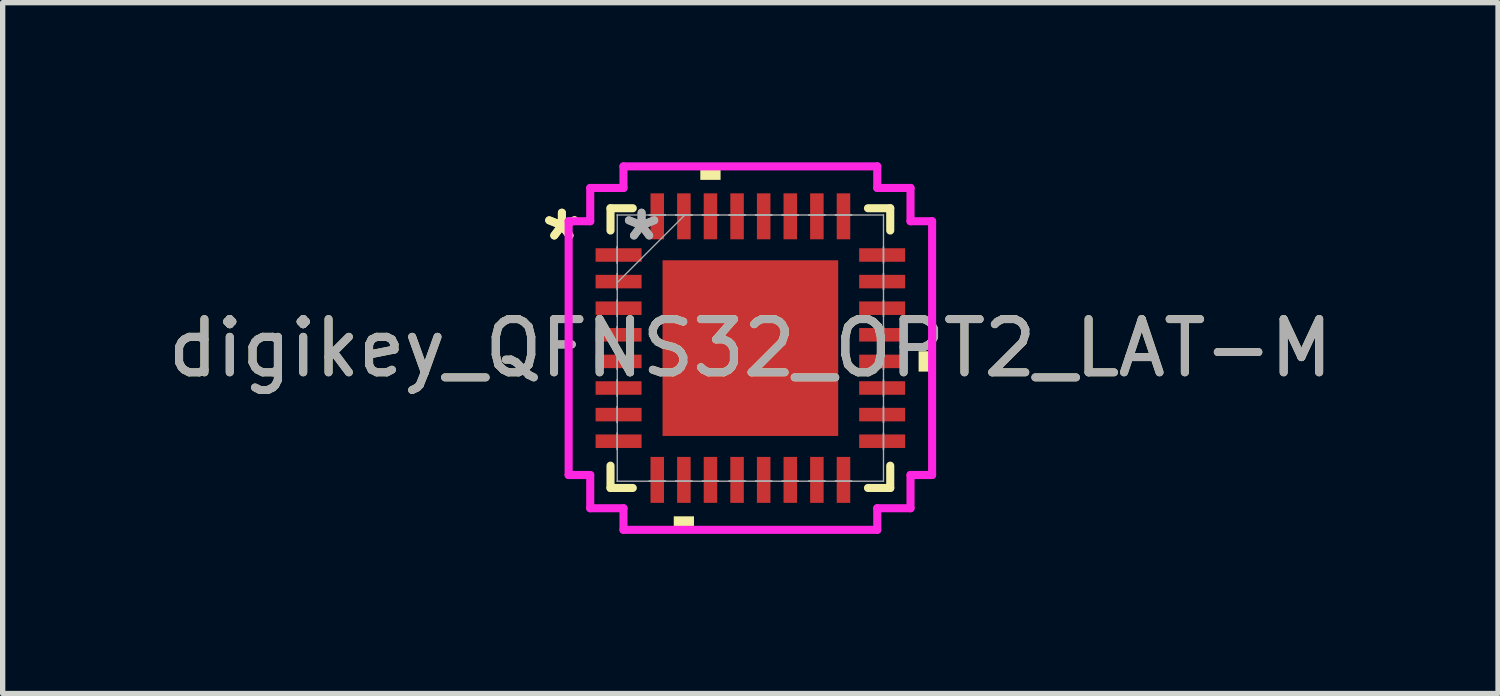
<source format=kicad_pcb>
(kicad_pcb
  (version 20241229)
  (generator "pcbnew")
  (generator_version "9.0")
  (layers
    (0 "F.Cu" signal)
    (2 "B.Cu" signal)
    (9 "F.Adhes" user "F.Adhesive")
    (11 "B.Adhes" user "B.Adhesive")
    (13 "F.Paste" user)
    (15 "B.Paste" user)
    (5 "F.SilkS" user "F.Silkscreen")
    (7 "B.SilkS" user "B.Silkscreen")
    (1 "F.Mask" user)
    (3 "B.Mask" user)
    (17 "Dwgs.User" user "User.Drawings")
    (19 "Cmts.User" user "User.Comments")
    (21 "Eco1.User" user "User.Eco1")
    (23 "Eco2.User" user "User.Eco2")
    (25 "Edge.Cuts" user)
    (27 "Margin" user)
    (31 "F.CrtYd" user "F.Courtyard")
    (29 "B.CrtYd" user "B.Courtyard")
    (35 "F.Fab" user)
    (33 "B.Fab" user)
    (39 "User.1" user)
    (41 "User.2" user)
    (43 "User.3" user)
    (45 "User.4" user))
  (footprint "digikey_QFNS32_OPT2_LAT-M"
    (layer "F.Cu")
    (at 11.054 3.493)
    (property "Reference" "digikey_QFNS32_OPT2_LAT-M" (at 0 0 0) (unlocked yes) (layer "F.SilkS") (effects (font (size 1 1) (thickness 0.15))))
    (attr smd)
    (fp_line (start -2.629 -2.629) (end -2.629 -2.21) (stroke (width 0.152) (type solid)) (layer "F.SilkS"))
    (fp_line (start -2.629 2.21) (end -2.629 2.629) (stroke (width 0.152) (type solid)) (layer "F.SilkS"))
    (fp_line (start -2.629 2.629) (end -2.21 2.629) (stroke (width 0.152) (type solid)) (layer "F.SilkS"))
    (fp_line (start -2.21 -2.629) (end -2.629 -2.629) (stroke (width 0.152) (type solid)) (layer "F.SilkS"))
    (fp_line (start 2.21 2.629) (end 2.629 2.629) (stroke (width 0.152) (type solid)) (layer "F.SilkS"))
    (fp_line (start 2.629 -2.629) (end 2.21 -2.629) (stroke (width 0.152) (type solid)) (layer "F.SilkS"))
    (fp_line (start 2.629 -2.21) (end 2.629 -2.629) (stroke (width 0.152) (type solid)) (layer "F.SilkS"))
    (fp_line (start 2.629 2.629) (end 2.629 2.21) (stroke (width 0.152) (type solid)) (layer "F.SilkS"))
    (fp_poly (pts (xy -1.44 3.162) (xy -1.44 3.416) (xy -1.06 3.416) (xy -1.06 3.162)) (stroke (width 0) (type solid)) (fill yes) (layer "F.SilkS"))
    (fp_poly (pts (xy -0.941 -3.162) (xy -0.941 -3.416) (xy -0.56 -3.416) (xy -0.56 -3.162)) (stroke (width 0) (type solid)) (fill yes) (layer "F.SilkS"))
    (fp_poly (pts (xy 3.416 0.059) (xy 3.416 0.441) (xy 3.162 0.441) (xy 3.162 0.059)) (stroke (width 0) (type solid)) (fill yes) (layer "F.SilkS"))
    (fp_poly (pts (xy -1.551 -1.551) (xy -1.551 -0.1) (xy -0.1 -0.1) (xy -0.1 -1.551)) (stroke (width 0) (type solid)) (fill yes) (layer "F.Paste"))
    (fp_poly (pts (xy -1.551 0.1) (xy -1.551 1.551) (xy -0.1 1.551) (xy -0.1 0.1)) (stroke (width 0) (type solid)) (fill yes) (layer "F.Paste"))
    (fp_poly (pts (xy 0.1 -1.551) (xy 0.1 -0.1) (xy 1.551 -0.1) (xy 1.551 -1.551)) (stroke (width 0) (type solid)) (fill yes) (layer "F.Paste"))
    (fp_poly (pts (xy 0.1 0.1) (xy 0.1 1.551) (xy 1.551 1.551) (xy 1.551 0.1)) (stroke (width 0) (type solid)) (fill yes) (layer "F.Paste"))
    (fp_line (start -3.416 -2.385) (end -3.01 -2.385) (stroke (width 0.152) (type solid)) (layer "F.CrtYd"))
    (fp_line (start -3.416 2.385) (end -3.416 -2.385) (stroke (width 0.152) (type solid)) (layer "F.CrtYd"))
    (fp_line (start -3.01 -3.01) (end -2.385 -3.01) (stroke (width 0.152) (type solid)) (layer "F.CrtYd"))
    (fp_line (start -3.01 -2.385) (end -3.01 -3.01) (stroke (width 0.152) (type solid)) (layer "F.CrtYd"))
    (fp_line (start -3.01 2.385) (end -3.416 2.385) (stroke (width 0.152) (type solid)) (layer "F.CrtYd"))
    (fp_line (start -3.01 3.01) (end -3.01 2.385) (stroke (width 0.152) (type solid)) (layer "F.CrtYd"))
    (fp_line (start -2.385 -3.416) (end 2.385 -3.416) (stroke (width 0.152) (type solid)) (layer "F.CrtYd"))
    (fp_line (start -2.385 -3.01) (end -2.385 -3.416) (stroke (width 0.152) (type solid)) (layer "F.CrtYd"))
    (fp_line (start -2.385 3.01) (end -3.01 3.01) (stroke (width 0.152) (type solid)) (layer "F.CrtYd"))
    (fp_line (start -2.385 3.416) (end -2.385 3.01) (stroke (width 0.152) (type solid)) (layer "F.CrtYd"))
    (fp_line (start 2.385 -3.416) (end 2.385 -3.01) (stroke (width 0.152) (type solid)) (layer "F.CrtYd"))
    (fp_line (start 2.385 -3.01) (end 3.01 -3.01) (stroke (width 0.152) (type solid)) (layer "F.CrtYd"))
    (fp_line (start 2.385 3.01) (end 2.385 3.416) (stroke (width 0.152) (type solid)) (layer "F.CrtYd"))
    (fp_line (start 2.385 3.416) (end -2.385 3.416) (stroke (width 0.152) (type solid)) (layer "F.CrtYd"))
    (fp_line (start 3.01 -3.01) (end 3.01 -2.385) (stroke (width 0.152) (type solid)) (layer "F.CrtYd"))
    (fp_line (start 3.01 -2.385) (end 3.416 -2.385) (stroke (width 0.152) (type solid)) (layer "F.CrtYd"))
    (fp_line (start 3.01 2.385) (end 3.01 3.01) (stroke (width 0.152) (type solid)) (layer "F.CrtYd"))
    (fp_line (start 3.01 3.01) (end 2.385 3.01) (stroke (width 0.152) (type solid)) (layer "F.CrtYd"))
    (fp_line (start 3.416 -2.385) (end 3.416 2.385) (stroke (width 0.152) (type solid)) (layer "F.CrtYd"))
    (fp_line (start 3.416 2.385) (end 3.01 2.385) (stroke (width 0.152) (type solid)) (layer "F.CrtYd"))
    (fp_line (start -2.502 -2.502) (end -2.502 -2.502) (stroke (width 0.025) (type solid)) (layer "F.Fab"))
    (fp_line (start -2.502 -2.502) (end -2.502 2.502) (stroke (width 0.025) (type solid)) (layer "F.Fab"))
    (fp_line (start -2.502 -1.902) (end -2.502 -1.902) (stroke (width 0.025) (type solid)) (layer "F.Fab"))
    (fp_line (start -2.502 -1.902) (end -2.502 -1.598) (stroke (width 0.025) (type solid)) (layer "F.Fab"))
    (fp_line (start -2.502 -1.598) (end -2.502 -1.902) (stroke (width 0.025) (type solid)) (layer "F.Fab"))
    (fp_line (start -2.502 -1.598) (end -2.502 -1.598) (stroke (width 0.025) (type solid)) (layer "F.Fab"))
    (fp_line (start -2.502 -1.402) (end -2.502 -1.402) (stroke (width 0.025) (type solid)) (layer "F.Fab"))
    (fp_line (start -2.502 -1.402) (end -2.502 -1.098) (stroke (width 0.025) (type solid)) (layer "F.Fab"))
    (fp_line (start -2.502 -1.232) (end -1.232 -2.502) (stroke (width 0.025) (type solid)) (layer "F.Fab"))
    (fp_line (start -2.502 -1.098) (end -2.502 -1.402) (stroke (width 0.025) (type solid)) (layer "F.Fab"))
    (fp_line (start -2.502 -1.098) (end -2.502 -1.098) (stroke (width 0.025) (type solid)) (layer "F.Fab"))
    (fp_line (start -2.502 -0.902) (end -2.502 -0.902) (stroke (width 0.025) (type solid)) (layer "F.Fab"))
    (fp_line (start -2.502 -0.902) (end -2.502 -0.598) (stroke (width 0.025) (type solid)) (layer "F.Fab"))
    (fp_line (start -2.502 -0.598) (end -2.502 -0.902) (stroke (width 0.025) (type solid)) (layer "F.Fab"))
    (fp_line (start -2.502 -0.598) (end -2.502 -0.598) (stroke (width 0.025) (type solid)) (layer "F.Fab"))
    (fp_line (start -2.502 -0.402) (end -2.502 -0.402) (stroke (width 0.025) (type solid)) (layer "F.Fab"))
    (fp_line (start -2.502 -0.402) (end -2.502 -0.098) (stroke (width 0.025) (type solid)) (layer "F.Fab"))
    (fp_line (start -2.502 -0.098) (end -2.502 -0.402) (stroke (width 0.025) (type solid)) (layer "F.Fab"))
    (fp_line (start -2.502 -0.098) (end -2.502 -0.098) (stroke (width 0.025) (type solid)) (layer "F.Fab"))
    (fp_line (start -2.502 0.098) (end -2.502 0.098) (stroke (width 0.025) (type solid)) (layer "F.Fab"))
    (fp_line (start -2.502 0.098) (end -2.502 0.402) (stroke (width 0.025) (type solid)) (layer "F.Fab"))
    (fp_line (start -2.502 0.402) (end -2.502 0.098) (stroke (width 0.025) (type solid)) (layer "F.Fab"))
    (fp_line (start -2.502 0.402) (end -2.502 0.402) (stroke (width 0.025) (type solid)) (layer "F.Fab"))
    (fp_line (start -2.502 0.598) (end -2.502 0.598) (stroke (width 0.025) (type solid)) (layer "F.Fab"))
    (fp_line (start -2.502 0.598) (end -2.502 0.902) (stroke (width 0.025) (type solid)) (layer "F.Fab"))
    (fp_line (start -2.502 0.902) (end -2.502 0.598) (stroke (width 0.025) (type solid)) (layer "F.Fab"))
    (fp_line (start -2.502 0.902) (end -2.502 0.902) (stroke (width 0.025) (type solid)) (layer "F.Fab"))
    (fp_line (start -2.502 1.098) (end -2.502 1.098) (stroke (width 0.025) (type solid)) (layer "F.Fab"))
    (fp_line (start -2.502 1.098) (end -2.502 1.402) (stroke (width 0.025) (type solid)) (layer "F.Fab"))
    (fp_line (start -2.502 1.402) (end -2.502 1.098) (stroke (width 0.025) (type solid)) (layer "F.Fab"))
    (fp_line (start -2.502 1.402) (end -2.502 1.402) (stroke (width 0.025) (type solid)) (layer "F.Fab"))
    (fp_line (start -2.502 1.598) (end -2.502 1.598) (stroke (width 0.025) (type solid)) (layer "F.Fab"))
    (fp_line (start -2.502 1.598) (end -2.502 1.902) (stroke (width 0.025) (type solid)) (layer "F.Fab"))
    (fp_line (start -2.502 1.902) (end -2.502 1.598) (stroke (width 0.025) (type solid)) (layer "F.Fab"))
    (fp_line (start -2.502 1.902) (end -2.502 1.902) (stroke (width 0.025) (type solid)) (layer "F.Fab"))
    (fp_line (start -2.502 2.502) (end -2.502 2.502) (stroke (width 0.025) (type solid)) (layer "F.Fab"))
    (fp_line (start -2.502 2.502) (end 2.502 2.502) (stroke (width 0.025) (type solid)) (layer "F.Fab"))
    (fp_line (start -1.902 -2.502) (end -1.902 -2.502) (stroke (width 0.025) (type solid)) (layer "F.Fab"))
    (fp_line (start -1.902 -2.502) (end -1.598 -2.502) (stroke (width 0.025) (type solid)) (layer "F.Fab"))
    (fp_line (start -1.902 2.502) (end -1.902 2.502) (stroke (width 0.025) (type solid)) (layer "F.Fab"))
    (fp_line (start -1.902 2.502) (end -1.598 2.502) (stroke (width 0.025) (type solid)) (layer "F.Fab"))
    (fp_line (start -1.598 -2.502) (end -1.902 -2.502) (stroke (width 0.025) (type solid)) (layer "F.Fab"))
    (fp_line (start -1.598 -2.502) (end -1.598 -2.502) (stroke (width 0.025) (type solid)) (layer "F.Fab"))
    (fp_line (start -1.598 2.502) (end -1.902 2.502) (stroke (width 0.025) (type solid)) (layer "F.Fab"))
    (fp_line (start -1.598 2.502) (end -1.598 2.502) (stroke (width 0.025) (type solid)) (layer "F.Fab"))
    (fp_line (start -1.402 -2.502) (end -1.402 -2.502) (stroke (width 0.025) (type solid)) (layer "F.Fab"))
    (fp_line (start -1.402 -2.502) (end -1.098 -2.502) (stroke (width 0.025) (type solid)) (layer "F.Fab"))
    (fp_line (start -1.402 2.502) (end -1.402 2.502) (stroke (width 0.025) (type solid)) (layer "F.Fab"))
    (fp_line (start -1.402 2.502) (end -1.098 2.502) (stroke (width 0.025) (type solid)) (layer "F.Fab"))
    (fp_line (start -1.098 -2.502) (end -1.402 -2.502) (stroke (width 0.025) (type solid)) (layer "F.Fab"))
    (fp_line (start -1.098 -2.502) (end -1.098 -2.502) (stroke (width 0.025) (type solid)) (layer "F.Fab"))
    (fp_line (start -1.098 2.502) (end -1.402 2.502) (stroke (width 0.025) (type solid)) (layer "F.Fab"))
    (fp_line (start -1.098 2.502) (end -1.098 2.502) (stroke (width 0.025) (type solid)) (layer "F.Fab"))
    (fp_line (start -0.902 -2.502) (end -0.902 -2.502) (stroke (width 0.025) (type solid)) (layer "F.Fab"))
    (fp_line (start -0.902 -2.502) (end -0.598 -2.502) (stroke (width 0.025) (type solid)) (layer "F.Fab"))
    (fp_line (start -0.902 2.502) (end -0.902 2.502) (stroke (width 0.025) (type solid)) (layer "F.Fab"))
    (fp_line (start -0.902 2.502) (end -0.598 2.502) (stroke (width 0.025) (type solid)) (layer "F.Fab"))
    (fp_line (start -0.598 -2.502) (end -0.902 -2.502) (stroke (width 0.025) (type solid)) (layer "F.Fab"))
    (fp_line (start -0.598 -2.502) (end -0.598 -2.502) (stroke (width 0.025) (type solid)) (layer "F.Fab"))
    (fp_line (start -0.598 2.502) (end -0.902 2.502) (stroke (width 0.025) (type solid)) (layer "F.Fab"))
    (fp_line (start -0.598 2.502) (end -0.598 2.502) (stroke (width 0.025) (type solid)) (layer "F.Fab"))
    (fp_line (start -0.402 -2.502) (end -0.402 -2.502) (stroke (width 0.025) (type solid)) (layer "F.Fab"))
    (fp_line (start -0.402 -2.502) (end -0.098 -2.502) (stroke (width 0.025) (type solid)) (layer "F.Fab"))
    (fp_line (start -0.402 2.502) (end -0.402 2.502) (stroke (width 0.025) (type solid)) (layer "F.Fab"))
    (fp_line (start -0.402 2.502) (end -0.098 2.502) (stroke (width 0.025) (type solid)) (layer "F.Fab"))
    (fp_line (start -0.098 -2.502) (end -0.402 -2.502) (stroke (width 0.025) (type solid)) (layer "F.Fab"))
    (fp_line (start -0.098 -2.502) (end -0.098 -2.502) (stroke (width 0.025) (type solid)) (layer "F.Fab"))
    (fp_line (start -0.098 2.502) (end -0.402 2.502) (stroke (width 0.025) (type solid)) (layer "F.Fab"))
    (fp_line (start -0.098 2.502) (end -0.098 2.502) (stroke (width 0.025) (type solid)) (layer "F.Fab"))
    (fp_line (start 0.098 -2.502) (end 0.098 -2.502) (stroke (width 0.025) (type solid)) (layer "F.Fab"))
    (fp_line (start 0.098 -2.502) (end 0.402 -2.502) (stroke (width 0.025) (type solid)) (layer "F.Fab"))
    (fp_line (start 0.098 2.502) (end 0.098 2.502) (stroke (width 0.025) (type solid)) (layer "F.Fab"))
    (fp_line (start 0.098 2.502) (end 0.402 2.502) (stroke (width 0.025) (type solid)) (layer "F.Fab"))
    (fp_line (start 0.402 -2.502) (end 0.098 -2.502) (stroke (width 0.025) (type solid)) (layer "F.Fab"))
    (fp_line (start 0.402 -2.502) (end 0.402 -2.502) (stroke (width 0.025) (type solid)) (layer "F.Fab"))
    (fp_line (start 0.402 2.502) (end 0.098 2.502) (stroke (width 0.025) (type solid)) (layer "F.Fab"))
    (fp_line (start 0.402 2.502) (end 0.402 2.502) (stroke (width 0.025) (type solid)) (layer "F.Fab"))
    (fp_line (start 0.598 -2.502) (end 0.598 -2.502) (stroke (width 0.025) (type solid)) (layer "F.Fab"))
    (fp_line (start 0.598 -2.502) (end 0.902 -2.502) (stroke (width 0.025) (type solid)) (layer "F.Fab"))
    (fp_line (start 0.598 2.502) (end 0.598 2.502) (stroke (width 0.025) (type solid)) (layer "F.Fab"))
    (fp_line (start 0.598 2.502) (end 0.902 2.502) (stroke (width 0.025) (type solid)) (layer "F.Fab"))
    (fp_line (start 0.902 -2.502) (end 0.598 -2.502) (stroke (width 0.025) (type solid)) (layer "F.Fab"))
    (fp_line (start 0.902 -2.502) (end 0.902 -2.502) (stroke (width 0.025) (type solid)) (layer "F.Fab"))
    (fp_line (start 0.902 2.502) (end 0.598 2.502) (stroke (width 0.025) (type solid)) (layer "F.Fab"))
    (fp_line (start 0.902 2.502) (end 0.902 2.502) (stroke (width 0.025) (type solid)) (layer "F.Fab"))
    (fp_line (start 1.098 -2.502) (end 1.098 -2.502) (stroke (width 0.025) (type solid)) (layer "F.Fab"))
    (fp_line (start 1.098 -2.502) (end 1.402 -2.502) (stroke (width 0.025) (type solid)) (layer "F.Fab"))
    (fp_line (start 1.098 2.502) (end 1.098 2.502) (stroke (width 0.025) (type solid)) (layer "F.Fab"))
    (fp_line (start 1.098 2.502) (end 1.402 2.502) (stroke (width 0.025) (type solid)) (layer "F.Fab"))
    (fp_line (start 1.402 -2.502) (end 1.098 -2.502) (stroke (width 0.025) (type solid)) (layer "F.Fab"))
    (fp_line (start 1.402 -2.502) (end 1.402 -2.502) (stroke (width 0.025) (type solid)) (layer "F.Fab"))
    (fp_line (start 1.402 2.502) (end 1.098 2.502) (stroke (width 0.025) (type solid)) (layer "F.Fab"))
    (fp_line (start 1.402 2.502) (end 1.402 2.502) (stroke (width 0.025) (type solid)) (layer "F.Fab"))
    (fp_line (start 1.598 -2.502) (end 1.598 -2.502) (stroke (width 0.025) (type solid)) (layer "F.Fab"))
    (fp_line (start 1.598 -2.502) (end 1.902 -2.502) (stroke (width 0.025) (type solid)) (layer "F.Fab"))
    (fp_line (start 1.598 2.502) (end 1.598 2.502) (stroke (width 0.025) (type solid)) (layer "F.Fab"))
    (fp_line (start 1.598 2.502) (end 1.902 2.502) (stroke (width 0.025) (type solid)) (layer "F.Fab"))
    (fp_line (start 1.902 -2.502) (end 1.598 -2.502) (stroke (width 0.025) (type solid)) (layer "F.Fab"))
    (fp_line (start 1.902 -2.502) (end 1.902 -2.502) (stroke (width 0.025) (type solid)) (layer "F.Fab"))
    (fp_line (start 1.902 2.502) (end 1.598 2.502) (stroke (width 0.025) (type solid)) (layer "F.Fab"))
    (fp_line (start 1.902 2.502) (end 1.902 2.502) (stroke (width 0.025) (type solid)) (layer "F.Fab"))
    (fp_line (start 2.502 -2.502) (end -2.502 -2.502) (stroke (width 0.025) (type solid)) (layer "F.Fab"))
    (fp_line (start 2.502 -2.502) (end 2.502 -2.502) (stroke (width 0.025) (type solid)) (layer "F.Fab"))
    (fp_line (start 2.502 -1.902) (end 2.502 -1.902) (stroke (width 0.025) (type solid)) (layer "F.Fab"))
    (fp_line (start 2.502 -1.902) (end 2.502 -1.598) (stroke (width 0.025) (type solid)) (layer "F.Fab"))
    (fp_line (start 2.502 -1.598) (end 2.502 -1.902) (stroke (width 0.025) (type solid)) (layer "F.Fab"))
    (fp_line (start 2.502 -1.598) (end 2.502 -1.598) (stroke (width 0.025) (type solid)) (layer "F.Fab"))
    (fp_line (start 2.502 -1.402) (end 2.502 -1.402) (stroke (width 0.025) (type solid)) (layer "F.Fab"))
    (fp_line (start 2.502 -1.402) (end 2.502 -1.098) (stroke (width 0.025) (type solid)) (layer "F.Fab"))
    (fp_line (start 2.502 -1.098) (end 2.502 -1.402) (stroke (width 0.025) (type solid)) (layer "F.Fab"))
    (fp_line (start 2.502 -1.098) (end 2.502 -1.098) (stroke (width 0.025) (type solid)) (layer "F.Fab"))
    (fp_line (start 2.502 -0.902) (end 2.502 -0.902) (stroke (width 0.025) (type solid)) (layer "F.Fab"))
    (fp_line (start 2.502 -0.902) (end 2.502 -0.598) (stroke (width 0.025) (type solid)) (layer "F.Fab"))
    (fp_line (start 2.502 -0.598) (end 2.502 -0.902) (stroke (width 0.025) (type solid)) (layer "F.Fab"))
    (fp_line (start 2.502 -0.598) (end 2.502 -0.598) (stroke (width 0.025) (type solid)) (layer "F.Fab"))
    (fp_line (start 2.502 -0.402) (end 2.502 -0.402) (stroke (width 0.025) (type solid)) (layer "F.Fab"))
    (fp_line (start 2.502 -0.402) (end 2.502 -0.098) (stroke (width 0.025) (type solid)) (layer "F.Fab"))
    (fp_line (start 2.502 -0.098) (end 2.502 -0.402) (stroke (width 0.025) (type solid)) (layer "F.Fab"))
    (fp_line (start 2.502 -0.098) (end 2.502 -0.098) (stroke (width 0.025) (type solid)) (layer "F.Fab"))
    (fp_line (start 2.502 0.098) (end 2.502 0.098) (stroke (width 0.025) (type solid)) (layer "F.Fab"))
    (fp_line (start 2.502 0.098) (end 2.502 0.402) (stroke (width 0.025) (type solid)) (layer "F.Fab"))
    (fp_line (start 2.502 0.402) (end 2.502 0.098) (stroke (width 0.025) (type solid)) (layer "F.Fab"))
    (fp_line (start 2.502 0.402) (end 2.502 0.402) (stroke (width 0.025) (type solid)) (layer "F.Fab"))
    (fp_line (start 2.502 0.598) (end 2.502 0.598) (stroke (width 0.025) (type solid)) (layer "F.Fab"))
    (fp_line (start 2.502 0.598) (end 2.502 0.902) (stroke (width 0.025) (type solid)) (layer "F.Fab"))
    (fp_line (start 2.502 0.902) (end 2.502 0.598) (stroke (width 0.025) (type solid)) (layer "F.Fab"))
    (fp_line (start 2.502 0.902) (end 2.502 0.902) (stroke (width 0.025) (type solid)) (layer "F.Fab"))
    (fp_line (start 2.502 1.098) (end 2.502 1.098) (stroke (width 0.025) (type solid)) (layer "F.Fab"))
    (fp_line (start 2.502 1.098) (end 2.502 1.402) (stroke (width 0.025) (type solid)) (layer "F.Fab"))
    (fp_line (start 2.502 1.402) (end 2.502 1.098) (stroke (width 0.025) (type solid)) (layer "F.Fab"))
    (fp_line (start 2.502 1.402) (end 2.502 1.402) (stroke (width 0.025) (type solid)) (layer "F.Fab"))
    (fp_line (start 2.502 1.598) (end 2.502 1.598) (stroke (width 0.025) (type solid)) (layer "F.Fab"))
    (fp_line (start 2.502 1.598) (end 2.502 1.902) (stroke (width 0.025) (type solid)) (layer "F.Fab"))
    (fp_line (start 2.502 1.902) (end 2.502 1.598) (stroke (width 0.025) (type solid)) (layer "F.Fab"))
    (fp_line (start 2.502 1.902) (end 2.502 1.902) (stroke (width 0.025) (type solid)) (layer "F.Fab"))
    (fp_line (start 2.502 2.502) (end 2.502 -2.502) (stroke (width 0.025) (type solid)) (layer "F.Fab"))
    (fp_line (start 2.502 2.502) (end 2.502 2.502) (stroke (width 0.025) (type solid)) (layer "F.Fab"))
    (fp_text user "*" (at -3.543 -2 0) (layer "F.SilkS") (effects (font (size 1 1) (thickness 0.15))))
    (fp_text user "*" (at -3.543 -2 0) (unlocked yes) (layer "F.SilkS") (effects (font (size 1 1) (thickness 0.15))))
    (fp_text user "*" (at -2.045 -2 0) (layer "F.Fab") (effects (font (size 1 1) (thickness 0.15))))
    (fp_text user "${REFERENCE}" (at 0 0 0) (unlocked yes) (layer "F.Fab") (effects (font (size 1 1) (thickness 0.15))))
    (fp_text user "*" (at -2.045 -2 0) (unlocked yes) (layer "F.Fab") (effects (font (size 1 1) (thickness 0.15))))
    (pad "1" smd rect (at -2.477 -1.75 90) (size 0.254 0.864) (layers "F.Cu" "F.Mask" "F.Paste"))
    (pad "2" smd rect (at -2.477 -1.25 90) (size 0.254 0.864) (layers "F.Cu" "F.Mask" "F.Paste"))
    (pad "3" smd rect (at -2.477 -0.75 90) (size 0.254 0.864) (layers "F.Cu" "F.Mask" "F.Paste"))
    (pad "4" smd rect (at -2.477 -0.25 90) (size 0.254 0.864) (layers "F.Cu" "F.Mask" "F.Paste"))
    (pad "5" smd rect (at -2.477 0.25 90) (size 0.254 0.864) (layers "F.Cu" "F.Mask" "F.Paste"))
    (pad "6" smd rect (at -2.477 0.75 90) (size 0.254 0.864) (layers "F.Cu" "F.Mask" "F.Paste"))
    (pad "7" smd rect (at -2.477 1.25 90) (size 0.254 0.864) (layers "F.Cu" "F.Mask" "F.Paste"))
    (pad "8" smd rect (at -2.477 1.75 90) (size 0.254 0.864) (layers "F.Cu" "F.Mask" "F.Paste"))
    (pad "9" smd rect (at -1.75 2.477) (size 0.254 0.864) (layers "F.Cu" "F.Mask" "F.Paste"))
    (pad "10" smd rect (at -1.25 2.477) (size 0.254 0.864) (layers "F.Cu" "F.Mask" "F.Paste"))
    (pad "11" smd rect (at -0.75 2.477) (size 0.254 0.864) (layers "F.Cu" "F.Mask" "F.Paste"))
    (pad "12" smd rect (at -0.25 2.477) (size 0.254 0.864) (layers "F.Cu" "F.Mask" "F.Paste"))
    (pad "13" smd rect (at 0.25 2.477) (size 0.254 0.864) (layers "F.Cu" "F.Mask" "F.Paste"))
    (pad "14" smd rect (at 0.75 2.477) (size 0.254 0.864) (layers "F.Cu" "F.Mask" "F.Paste"))
    (pad "15" smd rect (at 1.25 2.477) (size 0.254 0.864) (layers "F.Cu" "F.Mask" "F.Paste"))
    (pad "16" smd rect (at 1.75 2.477) (size 0.254 0.864) (layers "F.Cu" "F.Mask" "F.Paste"))
    (pad "17" smd rect (at 2.477 1.75 90) (size 0.254 0.864) (layers "F.Cu" "F.Mask" "F.Paste"))
    (pad "18" smd rect (at 2.477 1.25 90) (size 0.254 0.864) (layers "F.Cu" "F.Mask" "F.Paste"))
    (pad "19" smd rect (at 2.477 0.75 90) (size 0.254 0.864) (layers "F.Cu" "F.Mask" "F.Paste"))
    (pad "20" smd rect (at 2.477 0.25 90) (size 0.254 0.864) (layers "F.Cu" "F.Mask" "F.Paste"))
    (pad "21" smd rect (at 2.477 -0.25 90) (size 0.254 0.864) (layers "F.Cu" "F.Mask" "F.Paste"))
    (pad "22" smd rect (at 2.477 -0.75 90) (size 0.254 0.864) (layers "F.Cu" "F.Mask" "F.Paste"))
    (pad "23" smd rect (at 2.477 -1.25 90) (size 0.254 0.864) (layers "F.Cu" "F.Mask" "F.Paste"))
    (pad "24" smd rect (at 2.477 -1.75 90) (size 0.254 0.864) (layers "F.Cu" "F.Mask" "F.Paste"))
    (pad "25" smd rect (at 1.75 -2.477) (size 0.254 0.864) (layers "F.Cu" "F.Mask" "F.Paste"))
    (pad "26" smd rect (at 1.25 -2.477) (size 0.254 0.864) (layers "F.Cu" "F.Mask" "F.Paste"))
    (pad "27" smd rect (at 0.75 -2.477) (size 0.254 0.864) (layers "F.Cu" "F.Mask" "F.Paste"))
    (pad "28" smd rect (at 0.25 -2.477) (size 0.254 0.864) (layers "F.Cu" "F.Mask" "F.Paste"))
    (pad "29" smd rect (at -0.25 -2.477) (size 0.254 0.864) (layers "F.Cu" "F.Mask" "F.Paste"))
    (pad "30" smd rect (at -0.75 -2.477) (size 0.254 0.864) (layers "F.Cu" "F.Mask" "F.Paste"))
    (pad "31" smd rect (at -1.25 -2.477) (size 0.254 0.864) (layers "F.Cu" "F.Mask" "F.Paste"))
    (pad "32" smd rect (at -1.75 -2.477) (size 0.254 0.864) (layers "F.Cu" "F.Mask" "F.Paste"))
    (pad "33" smd rect (at 0 0) (size 3.302 3.302) (layers "F.Cu" "F.Mask" "F.Paste")))
  (gr_rect
    (start -3 -3)
    (end 25.107 9.985)
    (stroke (width 0.1) (type default))
    (fill no)
    (layer "Edge.Cuts")))
</source>
